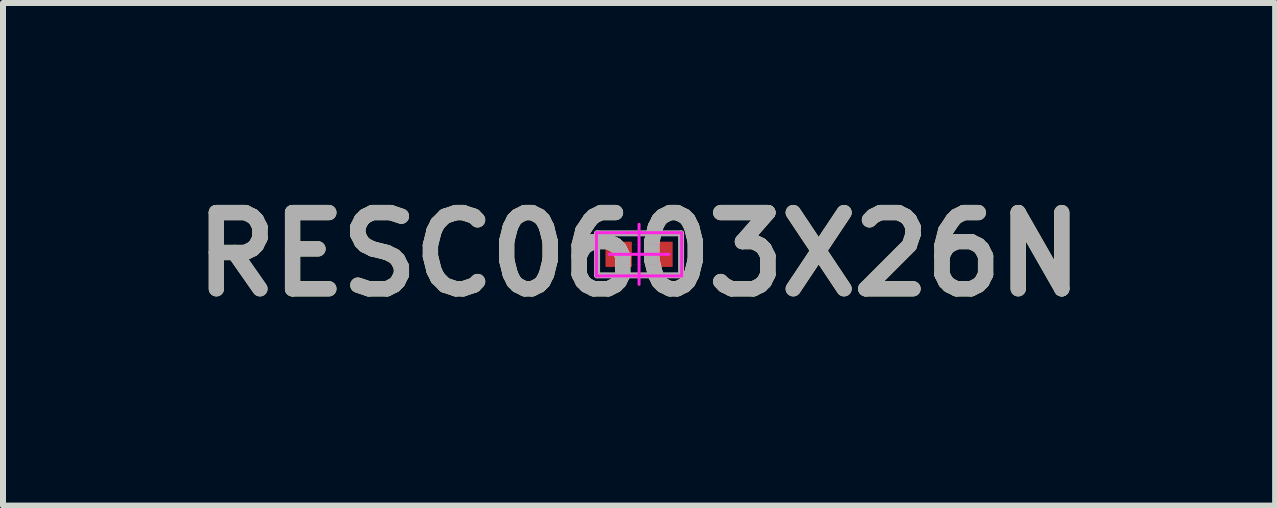
<source format=kicad_pcb>
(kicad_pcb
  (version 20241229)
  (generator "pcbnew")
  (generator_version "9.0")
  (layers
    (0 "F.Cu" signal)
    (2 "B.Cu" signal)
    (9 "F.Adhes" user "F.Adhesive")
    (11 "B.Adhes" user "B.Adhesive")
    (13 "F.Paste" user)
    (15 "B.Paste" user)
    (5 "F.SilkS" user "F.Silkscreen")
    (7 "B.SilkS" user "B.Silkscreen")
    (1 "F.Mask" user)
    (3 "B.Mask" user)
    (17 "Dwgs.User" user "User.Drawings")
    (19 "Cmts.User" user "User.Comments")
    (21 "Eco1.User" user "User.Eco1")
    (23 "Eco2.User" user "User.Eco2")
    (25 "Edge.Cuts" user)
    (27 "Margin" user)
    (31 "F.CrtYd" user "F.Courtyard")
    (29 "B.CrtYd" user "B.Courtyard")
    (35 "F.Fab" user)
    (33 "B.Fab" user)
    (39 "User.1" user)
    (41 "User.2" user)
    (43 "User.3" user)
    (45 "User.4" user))
  (footprint "RESC0603X26N"
    (layer "F.Cu")
    (at 7.602 1.189)
    (property "Reference" "RESC0603X26N" (at 0 0 0) (layer "F.SilkS") (effects (font (size 1.27 1.27) (thickness 0.254))))
    (attr smd)
    (fp_line (start -0.71 -0.36) (end -0.71 0.36) (stroke (width 0.05) (type solid)) (layer "F.CrtYd"))
    (fp_line (start -0.71 0.36) (end 0.71 0.36) (stroke (width 0.05) (type solid)) (layer "F.CrtYd"))
    (fp_line (start -0.5 0) (end 0.5 0) (stroke (width 0.05) (type solid)) (layer "F.CrtYd"))
    (fp_line (start -0.315 -0.165) (end -0.315 0.165) (stroke (width 0.001) (type solid)) (layer "F.CrtYd"))
    (fp_line (start -0.315 0.165) (end 0.315 0.165) (stroke (width 0.001) (type solid)) (layer "F.CrtYd"))
    (fp_line (start 0 0.5) (end 0 -0.5) (stroke (width 0.05) (type solid)) (layer "F.CrtYd"))
    (fp_line (start 0.315 -0.165) (end -0.315 -0.165) (stroke (width 0.001) (type solid)) (layer "F.CrtYd"))
    (fp_line (start 0.315 0.165) (end 0.315 -0.165) (stroke (width 0.001) (type solid)) (layer "F.CrtYd"))
    (fp_line (start 0.71 -0.36) (end -0.71 -0.36) (stroke (width 0.05) (type solid)) (layer "F.CrtYd"))
    (fp_line (start 0.71 0.36) (end 0.71 -0.36) (stroke (width 0.05) (type solid)) (layer "F.CrtYd"))
    (fp_line (start -0.7 -0.35) (end -0.7 0.35) (stroke (width 0.1) (type solid)) (layer "F.Fab"))
    (fp_line (start -0.7 0.35) (end 0.7 0.35) (stroke (width 0.1) (type solid)) (layer "F.Fab"))
    (fp_line (start 0.7 -0.35) (end -0.7 -0.35) (stroke (width 0.1) (type solid)) (layer "F.Fab"))
    (fp_line (start 0.7 0.35) (end 0.7 -0.35) (stroke (width 0.1) (type solid)) (layer "F.Fab"))
    (fp_text user "${REFERENCE}" (at 0 0 0) (layer "F.Fab") (effects (font (size 1.27 1.27) (thickness 0.254))))
    (pad "1" smd rect (at -0.34 0 90) (size 0.42 0.44) (layers "F.Cu" "F.Mask" "F.Paste"))
    (pad "2" smd rect (at 0.34 0 90) (size 0.42 0.44) (layers "F.Cu" "F.Mask" "F.Paste")))
  (gr_rect
    (start -3 -3)
    (end 18.204 5.377)
    (stroke (width 0.1) (type default))
    (fill no)
    (layer "Edge.Cuts")))
</source>
